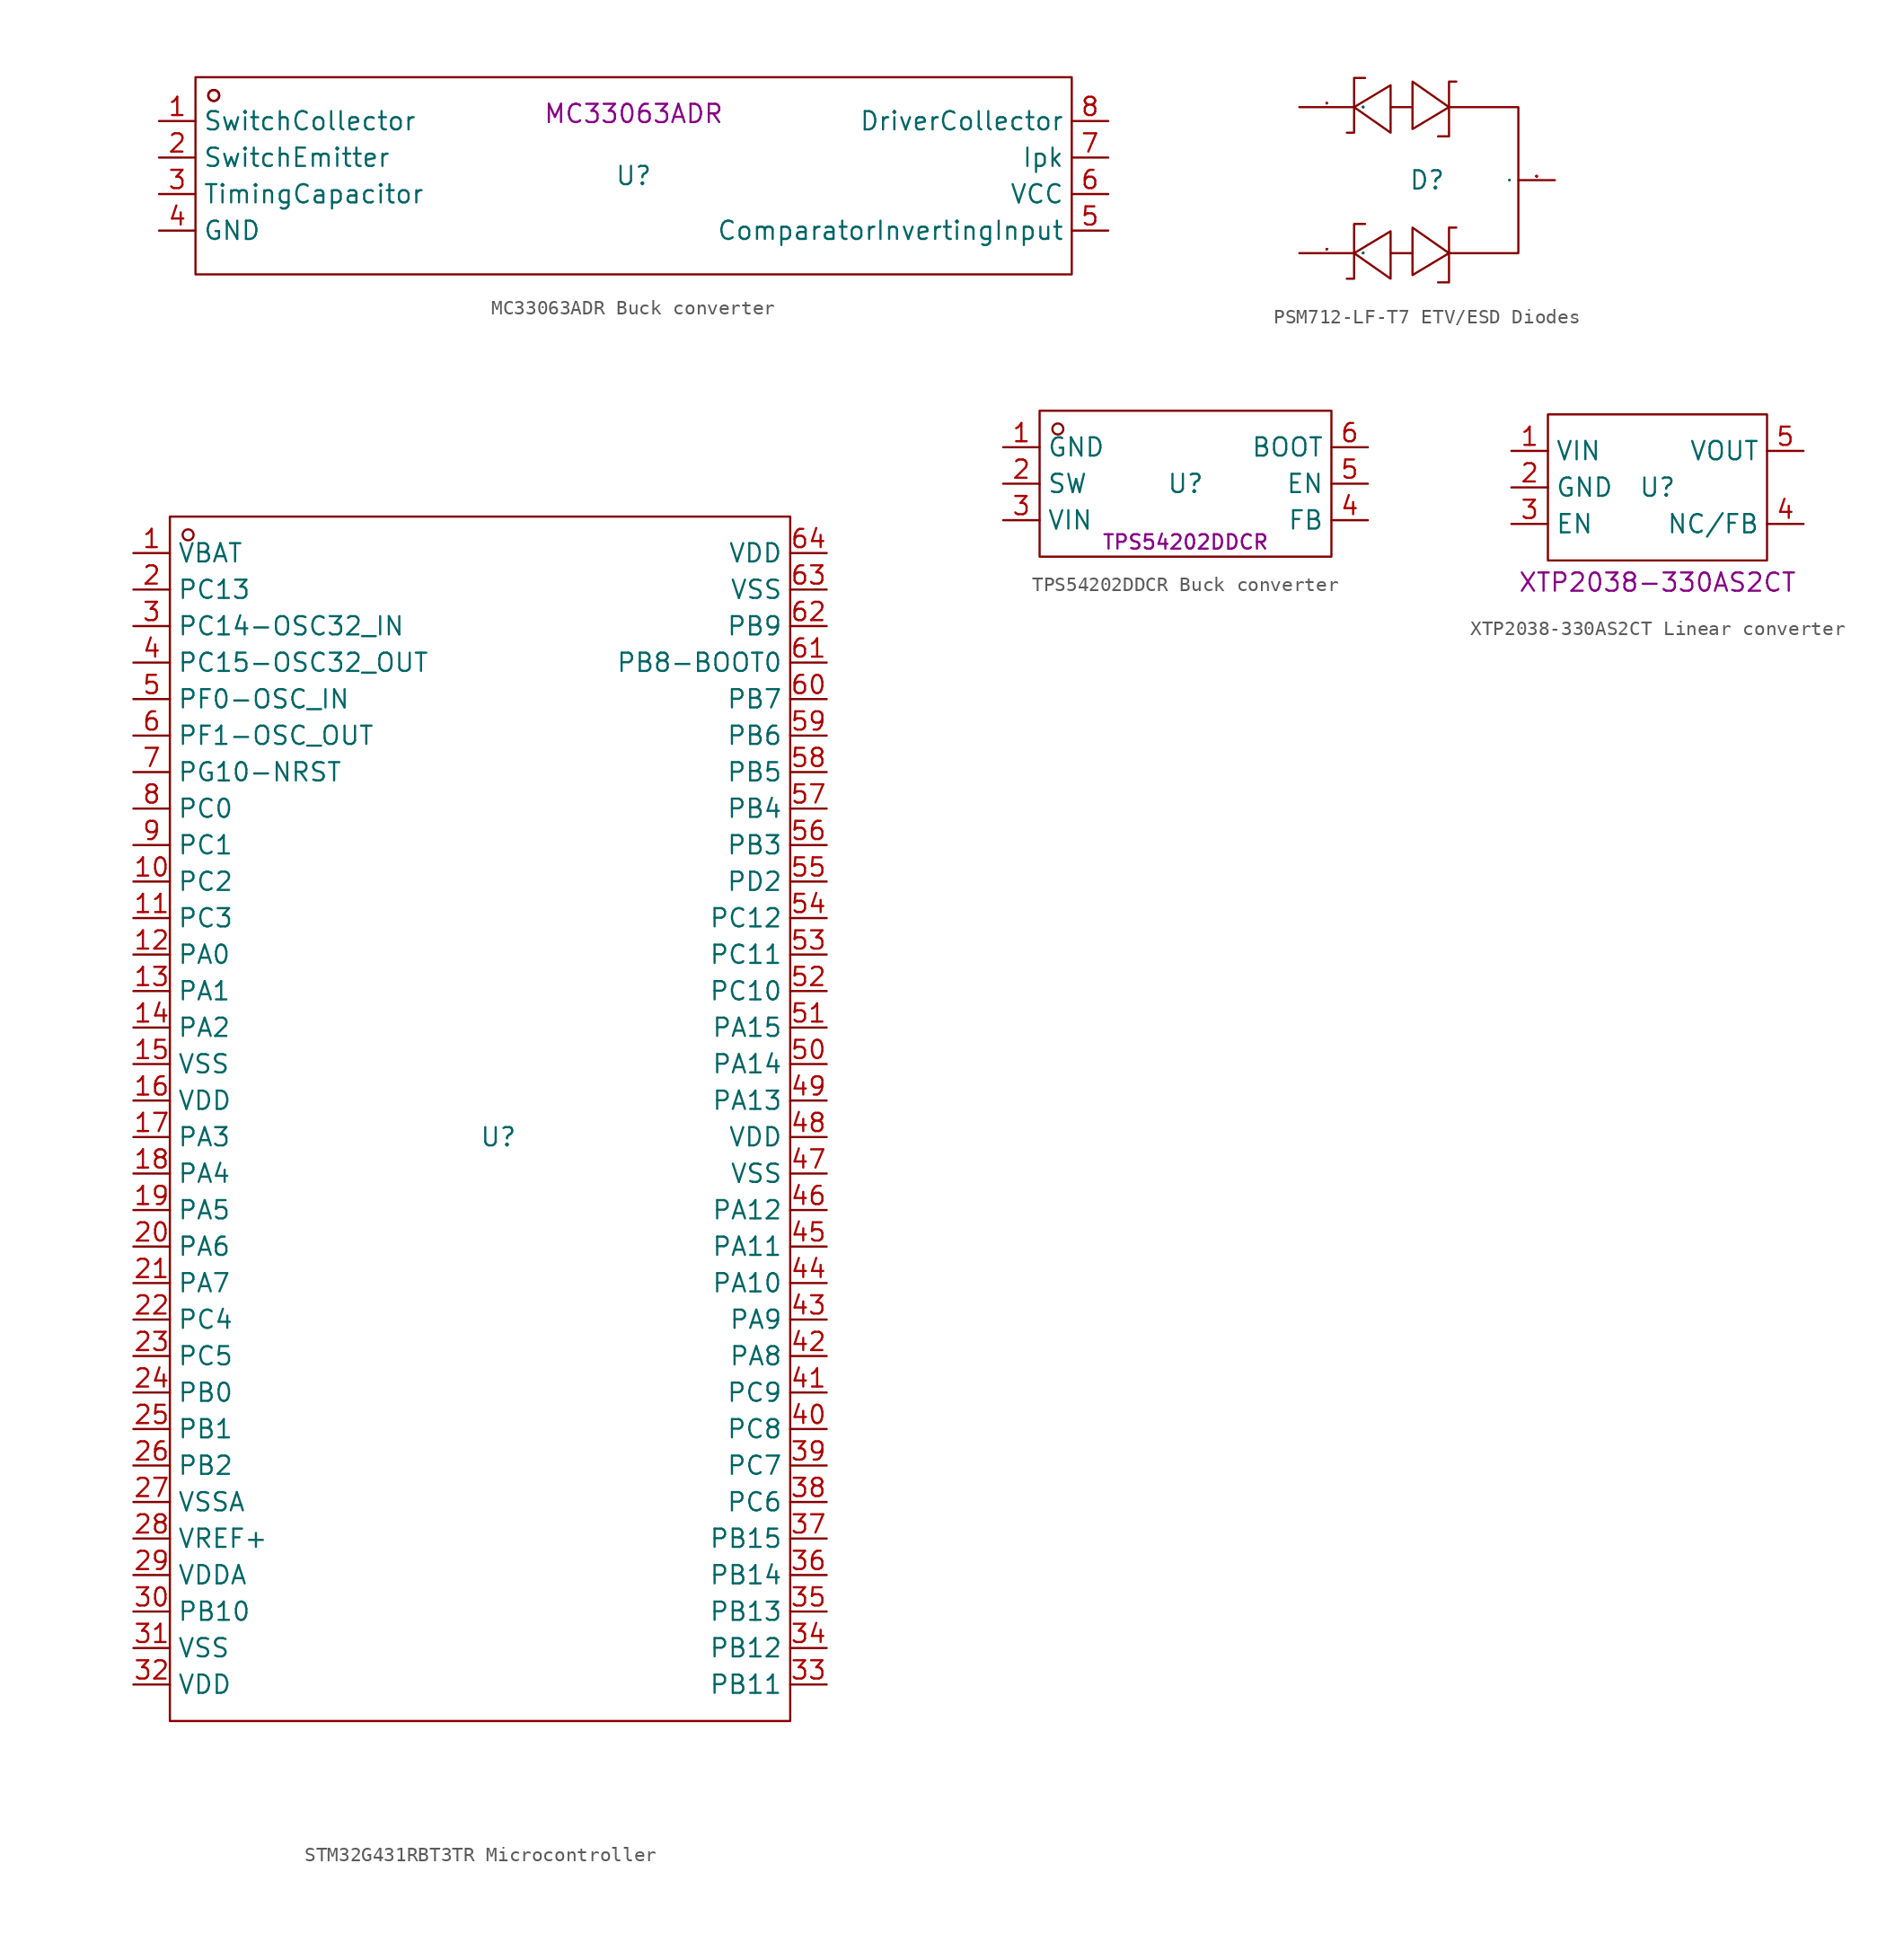
<source format=kicad_sym>
(kicad_symbol_lib
  (version 20241209)
  (generator "kicad_symbol_editor")
  (generator_version "9.0")
  (symbol "MC33063ADR Buck converter"
    (property "Reference" "U"
      (at 0 0 0)
      (effects (font (size 1.27 1.27))))
    (property "Manufacturer Part" "MC33063ADR"
      (at 0 4.318 0)
      (do_not_autoplace)
      (effects (font (size 1.27 1.27))))
    (symbol "MC33063ADR Buck converter_1_0"
      (rectangle (start -30.48 -6.858) (end 30.48 6.858) (stroke (width 0) (type default)) (fill (type none)))
      (circle (center -29.21 5.588) (radius 0.381) (stroke (width 0) (type default)) (fill (type none)))
      (circle (center -29.21 5.588) (radius 0.381) (stroke (width 0) (type default)) (fill (type none)))
      (pin unspecified line (at -33.02 3.81 0) (length 2.54) (name "SwitchCollector" (effects (font (size 1.27 1.27)))) (number "1" (effects (font (size 1.27 1.27)))))
      (pin unspecified line (at -33.02 1.27 0) (length 2.54) (name "SwitchEmitter" (effects (font (size 1.27 1.27)))) (number "2" (effects (font (size 1.27 1.27)))))
      (pin unspecified line (at -33.02 -1.27 0) (length 2.54) (name "TimingCapacitor" (effects (font (size 1.27 1.27)))) (number "3" (effects (font (size 1.27 1.27)))))
      (pin unspecified line (at -33.02 -3.81 0) (length 2.54) (name "GND" (effects (font (size 1.27 1.27)))) (number "4" (effects (font (size 1.27 1.27)))))
      (pin unspecified line (at 33.02 3.81 180) (length 2.54) (name "DriverCollector" (effects (font (size 1.27 1.27)))) (number "8" (effects (font (size 1.27 1.27)))))
      (pin unspecified line (at 33.02 1.27 180) (length 2.54) (name "Ipk" (effects (font (size 1.27 1.27)))) (number "7" (effects (font (size 1.27 1.27)))))
      (pin unspecified line (at 33.02 -1.27 180) (length 2.54) (name "VCC" (effects (font (size 1.27 1.27)))) (number "6" (effects (font (size 1.27 1.27)))))
      (pin unspecified line (at 33.02 -3.81 180) (length 2.54) (name "ComparatorInvertingInput" (effects (font (size 1.27 1.27)))) (number "5" (effects (font (size 1.27 1.27)))))))
  (symbol "PSM712-LF-T7 ETV/ESD Diodes"
    (property "Reference" "D"
      (at 0 0 0)
      (effects (font (size 1.27 1.27))))
    (symbol "PSM712-LF-T7 ETV/ESD Diodes_1_0"
      (polyline (pts (xy -5.588 3.302) (xy -5.08 3.302) (xy -5.08 3.302) (xy -5.08 7.112) (xy -5.08 7.112) (xy -4.318 7.112)) (stroke (width 0) (type default)) (fill (type none)))
      (polyline (pts (xy -5.588 -6.858) (xy -5.08 -6.858) (xy -5.08 -6.858) (xy -5.08 -3.048) (xy -5.08 -3.048) (xy -4.318 -3.048)) (stroke (width 0) (type default)) (fill (type none)))
      (polyline (pts (xy -2.54 6.604) (xy -5.08 5.08) (xy -5.08 5.08) (xy -2.54 3.302) (xy -2.54 3.302) (xy -2.54 6.604)) (stroke (width 0) (type default)) (fill (type none)))
      (polyline (pts (xy -2.54 5.08) (xy -1.016 5.08)) (stroke (width 0) (type default)) (fill (type none)))
      (polyline (pts (xy -2.54 -3.556) (xy -5.08 -5.08) (xy -5.08 -5.08) (xy -2.54 -6.858) (xy -2.54 -6.858) (xy -2.54 -3.556)) (stroke (width 0) (type default)) (fill (type none)))
      (polyline (pts (xy -2.54 -5.08) (xy -1.016 -5.08)) (stroke (width 0) (type default)) (fill (type none)))
      (polyline (pts (xy -1.016 3.556) (xy 1.524 5.08) (xy 1.524 5.08) (xy -1.016 6.858) (xy -1.016 6.858) (xy -1.016 3.556)) (stroke (width 0) (type default)) (fill (type none)))
      (polyline (pts (xy -1.016 -6.604) (xy 1.524 -5.08) (xy 1.524 -5.08) (xy -1.016 -3.302) (xy -1.016 -3.302) (xy -1.016 -6.604)) (stroke (width 0) (type default)) (fill (type none)))
      (polyline (pts (xy 1.524 5.08) (xy 6.35 5.08) (xy 6.35 5.08) (xy 6.35 -5.08) (xy 6.35 -5.08) (xy 1.524 -5.08)) (stroke (width 0) (type default)) (fill (type none)))
      (polyline (pts (xy 2.032 6.858) (xy 1.524 6.858) (xy 1.524 6.858) (xy 1.524 3.048) (xy 1.524 3.048) (xy 0.762 3.048)) (stroke (width 0) (type default)) (fill (type none)))
      (polyline (pts (xy 2.032 -3.302) (xy 1.524 -3.302) (xy 1.524 -3.302) (xy 1.524 -7.112) (xy 1.524 -7.112) (xy 0.762 -7.112)) (stroke (width 0) (type default)) (fill (type none)))
      (pin unspecified line (at -8.89 5.08 0) (length 3.81) (name "A1" (effects (font (size 0.025 0.025)))) (number "1" (effects (font (size 0.025 0.025)))))
      (pin unspecified line (at -8.89 -5.08 0) (length 3.81) (name "A1" (effects (font (size 0.025 0.025)))) (number "2" (effects (font (size 0.025 0.025)))))
      (pin unspecified line (at 8.89 0 180) (length 2.54) (name "K" (effects (font (size 0.025 0.025)))) (number "3" (effects (font (size 0.025 0.025)))))))
  (symbol "STM32G431RBT3TR Microcontroller"
    (property "Reference" "U"
      (at 0 0 0)
      (effects (font (size 1.27 1.27))))
    (symbol "STM32G431RBT3TR Microcontroller_1_0"
      (rectangle (start -22.86 -40.64) (end 20.32 43.18) (stroke (width 0) (type default)) (fill (type none)))
      (circle (center -21.59 41.91) (radius 0.381) (stroke (width 0) (type default)) (fill (type none)))
      (pin unspecified line (at -25.4 40.64 0) (length 2.54) (name "VBAT" (effects (font (size 1.27 1.27)))) (number "1" (effects (font (size 1.27 1.27)))))
      (pin unspecified line (at -25.4 38.1 0) (length 2.54) (name "PC13" (effects (font (size 1.27 1.27)))) (number "2" (effects (font (size 1.27 1.27)))))
      (pin unspecified line (at -25.4 35.56 0) (length 2.54) (name "PC14-OSC32_IN" (effects (font (size 1.27 1.27)))) (number "3" (effects (font (size 1.27 1.27)))))
      (pin unspecified line (at -25.4 33.02 0) (length 2.54) (name "PC15-OSC32_OUT" (effects (font (size 1.27 1.27)))) (number "4" (effects (font (size 1.27 1.27)))))
      (pin unspecified line (at -25.4 30.48 0) (length 2.54) (name "PF0-OSC_IN" (effects (font (size 1.27 1.27)))) (number "5" (effects (font (size 1.27 1.27)))))
      (pin unspecified line (at -25.4 27.94 0) (length 2.54) (name "PF1-OSC_OUT" (effects (font (size 1.27 1.27)))) (number "6" (effects (font (size 1.27 1.27)))))
      (pin unspecified line (at -25.4 25.4 0) (length 2.54) (name "PG10-NRST" (effects (font (size 1.27 1.27)))) (number "7" (effects (font (size 1.27 1.27)))))
      (pin unspecified line (at -25.4 22.86 0) (length 2.54) (name "PC0" (effects (font (size 1.27 1.27)))) (number "8" (effects (font (size 1.27 1.27)))))
      (pin unspecified line (at -25.4 20.32 0) (length 2.54) (name "PC1" (effects (font (size 1.27 1.27)))) (number "9" (effects (font (size 1.27 1.27)))))
      (pin unspecified line (at -25.4 17.78 0) (length 2.54) (name "PC2" (effects (font (size 1.27 1.27)))) (number "10" (effects (font (size 1.27 1.27)))))
      (pin unspecified line (at -25.4 15.24 0) (length 2.54) (name "PC3" (effects (font (size 1.27 1.27)))) (number "11" (effects (font (size 1.27 1.27)))))
      (pin unspecified line (at -25.4 12.7 0) (length 2.54) (name "PA0" (effects (font (size 1.27 1.27)))) (number "12" (effects (font (size 1.27 1.27)))))
      (pin unspecified line (at -25.4 10.16 0) (length 2.54) (name "PA1" (effects (font (size 1.27 1.27)))) (number "13" (effects (font (size 1.27 1.27)))))
      (pin unspecified line (at -25.4 7.62 0) (length 2.54) (name "PA2" (effects (font (size 1.27 1.27)))) (number "14" (effects (font (size 1.27 1.27)))))
      (pin unspecified line (at -25.4 5.08 0) (length 2.54) (name "VSS" (effects (font (size 1.27 1.27)))) (number "15" (effects (font (size 1.27 1.27)))))
      (pin unspecified line (at -25.4 2.54 0) (length 2.54) (name "VDD" (effects (font (size 1.27 1.27)))) (number "16" (effects (font (size 1.27 1.27)))))
      (pin unspecified line (at -25.4 0 0) (length 2.54) (name "PA3" (effects (font (size 1.27 1.27)))) (number "17" (effects (font (size 1.27 1.27)))))
      (pin unspecified line (at -25.4 -2.54 0) (length 2.54) (name "PA4" (effects (font (size 1.27 1.27)))) (number "18" (effects (font (size 1.27 1.27)))))
      (pin unspecified line (at -25.4 -5.08 0) (length 2.54) (name "PA5" (effects (font (size 1.27 1.27)))) (number "19" (effects (font (size 1.27 1.27)))))
      (pin unspecified line (at -25.4 -7.62 0) (length 2.54) (name "PA6" (effects (font (size 1.27 1.27)))) (number "20" (effects (font (size 1.27 1.27)))))
      (pin unspecified line (at -25.4 -10.16 0) (length 2.54) (name "PA7" (effects (font (size 1.27 1.27)))) (number "21" (effects (font (size 1.27 1.27)))))
      (pin unspecified line (at -25.4 -12.7 0) (length 2.54) (name "PC4" (effects (font (size 1.27 1.27)))) (number "22" (effects (font (size 1.27 1.27)))))
      (pin unspecified line (at -25.4 -15.24 0) (length 2.54) (name "PC5" (effects (font (size 1.27 1.27)))) (number "23" (effects (font (size 1.27 1.27)))))
      (pin unspecified line (at -25.4 -17.78 0) (length 2.54) (name "PB0" (effects (font (size 1.27 1.27)))) (number "24" (effects (font (size 1.27 1.27)))))
      (pin unspecified line (at -25.4 -20.32 0) (length 2.54) (name "PB1" (effects (font (size 1.27 1.27)))) (number "25" (effects (font (size 1.27 1.27)))))
      (pin unspecified line (at -25.4 -22.86 0) (length 2.54) (name "PB2" (effects (font (size 1.27 1.27)))) (number "26" (effects (font (size 1.27 1.27)))))
      (pin unspecified line (at -25.4 -25.4 0) (length 2.54) (name "VSSA" (effects (font (size 1.27 1.27)))) (number "27" (effects (font (size 1.27 1.27)))))
      (pin unspecified line (at -25.4 -27.94 0) (length 2.54) (name "VREF+" (effects (font (size 1.27 1.27)))) (number "28" (effects (font (size 1.27 1.27)))))
      (pin unspecified line (at -25.4 -30.48 0) (length 2.54) (name "VDDA" (effects (font (size 1.27 1.27)))) (number "29" (effects (font (size 1.27 1.27)))))
      (pin unspecified line (at -25.4 -33.02 0) (length 2.54) (name "PB10" (effects (font (size 1.27 1.27)))) (number "30" (effects (font (size 1.27 1.27)))))
      (pin unspecified line (at -25.4 -35.56 0) (length 2.54) (name "VSS" (effects (font (size 1.27 1.27)))) (number "31" (effects (font (size 1.27 1.27)))))
      (pin unspecified line (at -25.4 -38.1 0) (length 2.54) (name "VDD" (effects (font (size 1.27 1.27)))) (number "32" (effects (font (size 1.27 1.27)))))
      (pin unspecified line (at 22.86 40.64 180) (length 2.54) (name "VDD" (effects (font (size 1.27 1.27)))) (number "64" (effects (font (size 1.27 1.27)))))
      (pin unspecified line (at 22.86 38.1 180) (length 2.54) (name "VSS" (effects (font (size 1.27 1.27)))) (number "63" (effects (font (size 1.27 1.27)))))
      (pin unspecified line (at 22.86 35.56 180) (length 2.54) (name "PB9" (effects (font (size 1.27 1.27)))) (number "62" (effects (font (size 1.27 1.27)))))
      (pin unspecified line (at 22.86 33.02 180) (length 2.54) (name "PB8-BOOT0" (effects (font (size 1.27 1.27)))) (number "61" (effects (font (size 1.27 1.27)))))
      (pin unspecified line (at 22.86 30.48 180) (length 2.54) (name "PB7" (effects (font (size 1.27 1.27)))) (number "60" (effects (font (size 1.27 1.27)))))
      (pin unspecified line (at 22.86 27.94 180) (length 2.54) (name "PB6" (effects (font (size 1.27 1.27)))) (number "59" (effects (font (size 1.27 1.27)))))
      (pin unspecified line (at 22.86 25.4 180) (length 2.54) (name "PB5" (effects (font (size 1.27 1.27)))) (number "58" (effects (font (size 1.27 1.27)))))
      (pin unspecified line (at 22.86 22.86 180) (length 2.54) (name "PB4" (effects (font (size 1.27 1.27)))) (number "57" (effects (font (size 1.27 1.27)))))
      (pin unspecified line (at 22.86 20.32 180) (length 2.54) (name "PB3" (effects (font (size 1.27 1.27)))) (number "56" (effects (font (size 1.27 1.27)))))
      (pin unspecified line (at 22.86 17.78 180) (length 2.54) (name "PD2" (effects (font (size 1.27 1.27)))) (number "55" (effects (font (size 1.27 1.27)))))
      (pin unspecified line (at 22.86 15.24 180) (length 2.54) (name "PC12" (effects (font (size 1.27 1.27)))) (number "54" (effects (font (size 1.27 1.27)))))
      (pin unspecified line (at 22.86 12.7 180) (length 2.54) (name "PC11" (effects (font (size 1.27 1.27)))) (number "53" (effects (font (size 1.27 1.27)))))
      (pin unspecified line (at 22.86 10.16 180) (length 2.54) (name "PC10" (effects (font (size 1.27 1.27)))) (number "52" (effects (font (size 1.27 1.27)))))
      (pin unspecified line (at 22.86 7.62 180) (length 2.54) (name "PA15" (effects (font (size 1.27 1.27)))) (number "51" (effects (font (size 1.27 1.27)))))
      (pin unspecified line (at 22.86 5.08 180) (length 2.54) (name "PA14" (effects (font (size 1.27 1.27)))) (number "50" (effects (font (size 1.27 1.27)))))
      (pin unspecified line (at 22.86 2.54 180) (length 2.54) (name "PA13" (effects (font (size 1.27 1.27)))) (number "49" (effects (font (size 1.27 1.27)))))
      (pin unspecified line (at 22.86 0 180) (length 2.54) (name "VDD" (effects (font (size 1.27 1.27)))) (number "48" (effects (font (size 1.27 1.27)))))
      (pin unspecified line (at 22.86 -2.54 180) (length 2.54) (name "VSS" (effects (font (size 1.27 1.27)))) (number "47" (effects (font (size 1.27 1.27)))))
      (pin unspecified line (at 22.86 -5.08 180) (length 2.54) (name "PA12" (effects (font (size 1.27 1.27)))) (number "46" (effects (font (size 1.27 1.27)))))
      (pin unspecified line (at 22.86 -7.62 180) (length 2.54) (name "PA11" (effects (font (size 1.27 1.27)))) (number "45" (effects (font (size 1.27 1.27)))))
      (pin unspecified line (at 22.86 -10.16 180) (length 2.54) (name "PA10" (effects (font (size 1.27 1.27)))) (number "44" (effects (font (size 1.27 1.27)))))
      (pin unspecified line (at 22.86 -12.7 180) (length 2.54) (name "PA9" (effects (font (size 1.27 1.27)))) (number "43" (effects (font (size 1.27 1.27)))))
      (pin unspecified line (at 22.86 -15.24 180) (length 2.54) (name "PA8" (effects (font (size 1.27 1.27)))) (number "42" (effects (font (size 1.27 1.27)))))
      (pin unspecified line (at 22.86 -17.78 180) (length 2.54) (name "PC9" (effects (font (size 1.27 1.27)))) (number "41" (effects (font (size 1.27 1.27)))))
      (pin unspecified line (at 22.86 -20.32 180) (length 2.54) (name "PC8" (effects (font (size 1.27 1.27)))) (number "40" (effects (font (size 1.27 1.27)))))
      (pin unspecified line (at 22.86 -22.86 180) (length 2.54) (name "PC7" (effects (font (size 1.27 1.27)))) (number "39" (effects (font (size 1.27 1.27)))))
      (pin unspecified line (at 22.86 -25.4 180) (length 2.54) (name "PC6" (effects (font (size 1.27 1.27)))) (number "38" (effects (font (size 1.27 1.27)))))
      (pin unspecified line (at 22.86 -27.94 180) (length 2.54) (name "PB15" (effects (font (size 1.27 1.27)))) (number "37" (effects (font (size 1.27 1.27)))))
      (pin unspecified line (at 22.86 -30.48 180) (length 2.54) (name "PB14" (effects (font (size 1.27 1.27)))) (number "36" (effects (font (size 1.27 1.27)))))
      (pin unspecified line (at 22.86 -33.02 180) (length 2.54) (name "PB13" (effects (font (size 1.27 1.27)))) (number "35" (effects (font (size 1.27 1.27)))))
      (pin unspecified line (at 22.86 -35.56 180) (length 2.54) (name "PB12" (effects (font (size 1.27 1.27)))) (number "34" (effects (font (size 1.27 1.27)))))
      (pin unspecified line (at 22.86 -38.1 180) (length 2.54) (name "PB11" (effects (font (size 1.27 1.27)))) (number "33" (effects (font (size 1.27 1.27)))))))
  (symbol "TPS54202DDCR Buck converter"
    (property "Reference" "U"
      (at 0 0 0)
      (effects (font (size 1.27 1.27))))
    (property "Manufacturer Part" "TPS54202DDCR"
      (at 0 -4.064 0)
      (do_not_autoplace)
      (effects (font (size 1 1))))
    (symbol "TPS54202DDCR Buck converter_1_0"
      (rectangle (start -10.16 -5.08) (end 10.16 5.08) (stroke (width 0) (type default)) (fill (type none)))
      (circle (center -8.89 3.81) (radius 0.381) (stroke (width 0) (type default)) (fill (type none)))
      (pin unspecified line (at -12.7 2.54 0) (length 2.54) (name "GND" (effects (font (size 1.27 1.27)))) (number "1" (effects (font (size 1.27 1.27)))))
      (pin unspecified line (at -12.7 0 0) (length 2.54) (name "SW" (effects (font (size 1.27 1.27)))) (number "2" (effects (font (size 1.27 1.27)))))
      (pin unspecified line (at -12.7 -2.54 0) (length 2.54) (name "VIN" (effects (font (size 1.27 1.27)))) (number "3" (effects (font (size 1.27 1.27)))))
      (pin unspecified line (at 12.7 2.54 180) (length 2.54) (name "BOOT" (effects (font (size 1.27 1.27)))) (number "6" (effects (font (size 1.27 1.27)))))
      (pin unspecified line (at 12.7 0 180) (length 2.54) (name "EN" (effects (font (size 1.27 1.27)))) (number "5" (effects (font (size 1.27 1.27)))))
      (pin unspecified line (at 12.7 -2.54 180) (length 2.54) (name "FB" (effects (font (size 1.27 1.27)))) (number "4" (effects (font (size 1.27 1.27)))))))
  (symbol "XTP2038-330AS2CT Linear converter"
    (property "Reference" "U"
      (at 0 0 0)
      (effects (font (size 1.27 1.27))))
    (property "Manufacturer Part" "XTP2038-330AS2CT"
      (at 0 -6.604 0)
      (effects (font (size 1.27 1.27))))
    (symbol "XTP2038-330AS2CT Linear converter_1_0"
      (rectangle (start -7.62 5.08) (end 7.62 -5.08) (stroke (width 0) (type default)) (fill (type none)))
      (pin unspecified line (at -10.16 2.54 0) (length 2.54) (name "VIN" (effects (font (size 1.27 1.27)))) (number "1" (effects (font (size 1.27 1.27)))))
      (pin unspecified line (at -10.16 0 0) (length 2.54) (name "GND" (effects (font (size 1.27 1.27)))) (number "2" (effects (font (size 1.27 1.27)))))
      (pin unspecified line (at -10.16 -2.54 0) (length 2.54) (name "EN" (effects (font (size 1.27 1.27)))) (number "3" (effects (font (size 1.27 1.27)))))
      (pin unspecified line (at 10.16 2.54 180) (length 2.54) (name "VOUT" (effects (font (size 1.27 1.27)))) (number "5" (effects (font (size 1.27 1.27)))))
      (pin unspecified line (at 10.16 -2.54 180) (length 2.54) (name "NC/FB" (effects (font (size 1.27 1.27)))) (number "4" (effects (font (size 1.27 1.27))))))))
</source>
